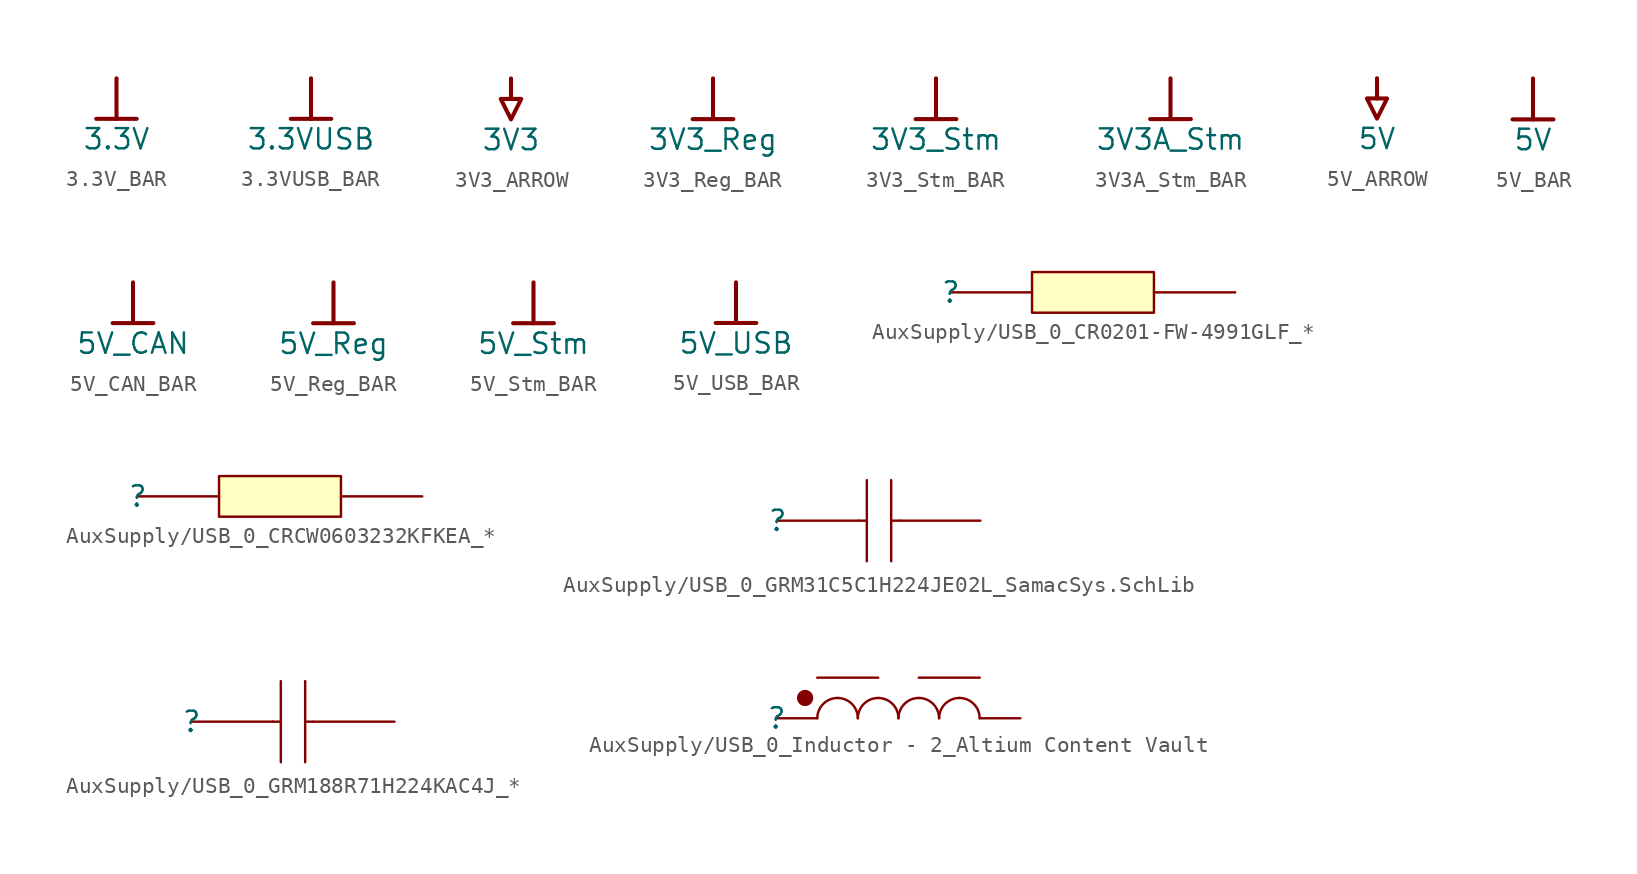
<source format=kicad_sym>
(kicad_symbol_lib
  (version 20241209)
  (generator "kicad_symbol_editor")
  (generator_version "9.0")
  (symbol "3.3V_BAR"
    (power)
    (property "Reference" "#PWR"
      (at 0 0 0)
      (effects (font (size 1.27 1.27)) (hide yes)))
    (property "Value" "3.3V"
      (at 0 -3.81 0)
      (effects (font (size 1.27 1.27))))
    (symbol "3.3V_BAR_0_0"
      (polyline (pts (xy -1.27 -2.54) (xy 1.27 -2.54)) (stroke (width 0.254) (type solid)) (fill (type none)))
      (polyline (pts (xy 0 0) (xy 0 -2.54)) (stroke (width 0.254) (type solid)) (fill (type none)))
      (pin power_in line (at 0 0 0) (length 0) (hide yes) (name "3.3V" (effects (font (size 1.27 1.27)))) (number "" (effects (font (size 1.27 1.27)))))))
  (symbol "3.3VUSB_BAR"
    (power)
    (property "Reference" "#PWR"
      (at 0 0 0)
      (effects (font (size 1.27 1.27)) (hide yes)))
    (property "Value" "3.3VUSB"
      (at 0 -3.81 0)
      (effects (font (size 1.27 1.27))))
    (symbol "3.3VUSB_BAR_0_0"
      (polyline (pts (xy -1.27 -2.54) (xy 1.27 -2.54)) (stroke (width 0.254) (type solid)) (fill (type none)))
      (polyline (pts (xy 0 0) (xy 0 -2.54)) (stroke (width 0.254) (type solid)) (fill (type none)))
      (pin power_in line (at 0 0 0) (length 0) (hide yes) (name "3.3VUSB" (effects (font (size 1.27 1.27)))) (number "" (effects (font (size 1.27 1.27)))))))
  (symbol "3V3_ARROW"
    (power)
    (property "Reference" "#PWR"
      (at 0 0 0)
      (effects (font (size 1.27 1.27)) (hide yes)))
    (property "Value" "3V3"
      (at 0 -3.81 0)
      (effects (font (size 1.27 1.27))))
    (symbol "3V3_ARROW_0_0"
      (polyline (pts (xy -0.635 -1.27) (xy 0.635 -1.27) (xy 0 -2.54) (xy -0.635 -1.27)) (stroke (width 0.254) (type solid)) (fill (type none)))
      (polyline (pts (xy 0 0) (xy 0 -1.27)) (stroke (width 0.254) (type solid)) (fill (type none)))
      (pin power_in line (at 0 0 0) (length 0) (hide yes) (name "3V3" (effects (font (size 1.27 1.27)))) (number "" (effects (font (size 1.27 1.27)))))))
  (symbol "3V3_Reg_BAR"
    (power)
    (property "Reference" "#PWR"
      (at 0 0 0)
      (effects (font (size 1.27 1.27)) (hide yes)))
    (property "Value" "3V3_Reg"
      (at 0 -3.81 0)
      (effects (font (size 1.27 1.27))))
    (symbol "3V3_Reg_BAR_0_0"
      (polyline (pts (xy -1.27 -2.54) (xy 1.27 -2.54)) (stroke (width 0.254) (type solid)) (fill (type none)))
      (polyline (pts (xy 0 0) (xy 0 -2.54)) (stroke (width 0.254) (type solid)) (fill (type none)))
      (pin power_in line (at 0 0 0) (length 0) (hide yes) (name "3V3_Reg" (effects (font (size 1.27 1.27)))) (number "" (effects (font (size 1.27 1.27)))))))
  (symbol "3V3_Stm_BAR"
    (power)
    (property "Reference" "#PWR"
      (at 0 0 0)
      (effects (font (size 1.27 1.27)) (hide yes)))
    (property "Value" "3V3_Stm"
      (at 0 -3.81 0)
      (effects (font (size 1.27 1.27))))
    (symbol "3V3_Stm_BAR_0_0"
      (polyline (pts (xy -1.27 -2.54) (xy 1.27 -2.54)) (stroke (width 0.254) (type solid)) (fill (type none)))
      (polyline (pts (xy 0 0) (xy 0 -2.54)) (stroke (width 0.254) (type solid)) (fill (type none)))
      (pin power_in line (at 0 0 0) (length 0) (hide yes) (name "3V3_Stm" (effects (font (size 1.27 1.27)))) (number "" (effects (font (size 1.27 1.27)))))))
  (symbol "3V3A_Stm_BAR"
    (power)
    (property "Reference" "#PWR"
      (at 0 0 0)
      (effects (font (size 1.27 1.27)) (hide yes)))
    (property "Value" "3V3A_Stm"
      (at 0 -3.81 0)
      (effects (font (size 1.27 1.27))))
    (symbol "3V3A_Stm_BAR_0_0"
      (polyline (pts (xy -1.27 -2.54) (xy 1.27 -2.54)) (stroke (width 0.254) (type solid)) (fill (type none)))
      (polyline (pts (xy 0 0) (xy 0 -2.54)) (stroke (width 0.254) (type solid)) (fill (type none)))
      (pin power_in line (at 0 0 0) (length 0) (hide yes) (name "3V3A_Stm" (effects (font (size 1.27 1.27)))) (number "" (effects (font (size 1.27 1.27)))))))
  (symbol "5V_ARROW"
    (power)
    (property "Reference" "#PWR"
      (at 0 0 0)
      (effects (font (size 1.27 1.27)) (hide yes)))
    (property "Value" "5V"
      (at 0 -3.81 0)
      (effects (font (size 1.27 1.27))))
    (symbol "5V_ARROW_0_0"
      (polyline (pts (xy -0.635 -1.27) (xy 0.635 -1.27) (xy 0 -2.54) (xy -0.635 -1.27)) (stroke (width 0.254) (type solid)) (fill (type none)))
      (polyline (pts (xy 0 0) (xy 0 -1.27)) (stroke (width 0.254) (type solid)) (fill (type none)))
      (pin power_in line (at 0 0 0) (length 0) (hide yes) (name "5V" (effects (font (size 1.27 1.27)))) (number "" (effects (font (size 1.27 1.27)))))))
  (symbol "5V_BAR"
    (power)
    (property "Reference" "#PWR"
      (at 0 0 0)
      (effects (font (size 1.27 1.27)) (hide yes)))
    (property "Value" "5V"
      (at 0 -3.81 0)
      (effects (font (size 1.27 1.27))))
    (symbol "5V_BAR_0_0"
      (polyline (pts (xy -1.27 -2.54) (xy 1.27 -2.54)) (stroke (width 0.254) (type solid)) (fill (type none)))
      (polyline (pts (xy 0 0) (xy 0 -2.54)) (stroke (width 0.254) (type solid)) (fill (type none)))
      (pin power_in line (at 0 0 0) (length 0) (hide yes) (name "5V" (effects (font (size 1.27 1.27)))) (number "" (effects (font (size 1.27 1.27)))))))
  (symbol "5V_CAN_BAR"
    (power)
    (property "Reference" "#PWR"
      (at 0 0 0)
      (effects (font (size 1.27 1.27)) (hide yes)))
    (property "Value" "5V_CAN"
      (at 0 -3.81 0)
      (effects (font (size 1.27 1.27))))
    (symbol "5V_CAN_BAR_0_0"
      (polyline (pts (xy -1.27 -2.54) (xy 1.27 -2.54)) (stroke (width 0.254) (type solid)) (fill (type none)))
      (polyline (pts (xy 0 0) (xy 0 -2.54)) (stroke (width 0.254) (type solid)) (fill (type none)))
      (pin power_in line (at 0 0 0) (length 0) (hide yes) (name "5V_CAN" (effects (font (size 1.27 1.27)))) (number "" (effects (font (size 1.27 1.27)))))))
  (symbol "5V_Reg_BAR"
    (power)
    (property "Reference" "#PWR"
      (at 0 0 0)
      (effects (font (size 1.27 1.27)) (hide yes)))
    (property "Value" "5V_Reg"
      (at 0 -3.81 0)
      (effects (font (size 1.27 1.27))))
    (symbol "5V_Reg_BAR_0_0"
      (polyline (pts (xy -1.27 -2.54) (xy 1.27 -2.54)) (stroke (width 0.254) (type solid)) (fill (type none)))
      (polyline (pts (xy 0 0) (xy 0 -2.54)) (stroke (width 0.254) (type solid)) (fill (type none)))
      (pin power_in line (at 0 0 0) (length 0) (hide yes) (name "5V_Reg" (effects (font (size 1.27 1.27)))) (number "" (effects (font (size 1.27 1.27)))))))
  (symbol "5V_Stm_BAR"
    (power)
    (property "Reference" "#PWR"
      (at 0 0 0)
      (effects (font (size 1.27 1.27)) (hide yes)))
    (property "Value" "5V_Stm"
      (at 0 -3.81 0)
      (effects (font (size 1.27 1.27))))
    (symbol "5V_Stm_BAR_0_0"
      (polyline (pts (xy -1.27 -2.54) (xy 1.27 -2.54)) (stroke (width 0.254) (type solid)) (fill (type none)))
      (polyline (pts (xy 0 0) (xy 0 -2.54)) (stroke (width 0.254) (type solid)) (fill (type none)))
      (pin power_in line (at 0 0 0) (length 0) (hide yes) (name "5V_Stm" (effects (font (size 1.27 1.27)))) (number "" (effects (font (size 1.27 1.27)))))))
  (symbol "5V_USB_BAR"
    (power)
    (property "Reference" "#PWR"
      (at 0 0 0)
      (effects (font (size 1.27 1.27)) (hide yes)))
    (property "Value" "5V_USB"
      (at 0 -3.81 0)
      (effects (font (size 1.27 1.27))))
    (symbol "5V_USB_BAR_0_0"
      (polyline (pts (xy -1.27 -2.54) (xy 1.27 -2.54)) (stroke (width 0.254) (type solid)) (fill (type none)))
      (polyline (pts (xy 0 0) (xy 0 -2.54)) (stroke (width 0.254) (type solid)) (fill (type none)))
      (pin power_in line (at 0 0 0) (length 0) (hide yes) (name "5V_USB" (effects (font (size 1.27 1.27)))) (number "" (effects (font (size 1.27 1.27)))))))
  (symbol "AuxSupply/USB_0_CR0201-FW-4991GLF_*"
    (pin_numbers
      (hide yes))
    (pin_names
      (hide yes))
    (property "Reference" ""
      (at 0 0 0)
      (effects (font (size 1.27 1.27))))
    (property "Value" ""
      (at 0 0 0)
      (effects (font (size 1.27 1.27))))
    (symbol "AuxSupply/USB_0_CR0201-FW-4991GLF_*_1_0"
      (rectangle (start 12.7 1.27) (end 5.08 -1.27) (stroke (width 0) (type solid) (color 128 0 0 1)) (fill (type background)))
      (pin passive line (at 0 0 0) (length 5.08) (name "1" (effects (font (size 1.27 1.27)))) (number "1" (effects (font (size 1.27 1.27)))))
      (pin passive line (at 17.78 0 180) (length 5.08) (name "2" (effects (font (size 1.27 1.27)))) (number "2" (effects (font (size 1.27 1.27)))))))
  (symbol "AuxSupply/USB_0_CRCW0603232KFKEA_*"
    (pin_numbers
      (hide yes))
    (pin_names
      (hide yes))
    (property "Reference" ""
      (at 0 0 0)
      (effects (font (size 1.27 1.27))))
    (property "Value" ""
      (at 0 0 0)
      (effects (font (size 1.27 1.27))))
    (symbol "AuxSupply/USB_0_CRCW0603232KFKEA_*_1_0"
      (rectangle (start 12.7 1.27) (end 5.08 -1.27) (stroke (width 0) (type solid) (color 128 0 0 1)) (fill (type background)))
      (pin passive line (at 0 0 0) (length 5.08) (name "1" (effects (font (size 1.27 1.27)))) (number "1" (effects (font (size 1.27 1.27)))))
      (pin passive line (at 17.78 0 180) (length 5.08) (name "2" (effects (font (size 1.27 1.27)))) (number "2" (effects (font (size 1.27 1.27)))))))
  (symbol "AuxSupply/USB_0_GRM31C5C1H224JE02L_SamacSys.SchLib"
    (pin_numbers
      (hide yes))
    (pin_names
      (hide yes))
    (property "Reference" ""
      (at 0 0 0)
      (effects (font (size 1.27 1.27))))
    (property "Value" ""
      (at 0 0 0)
      (effects (font (size 1.27 1.27))))
    (symbol "AuxSupply/USB_0_GRM31C5C1H224JE02L_SamacSys.SchLib_1_0"
      (polyline (pts (xy 5.08 0) (xy 5.588 0)) (stroke (width 0) (type solid)) (fill (type none)))
      (polyline (pts (xy 5.588 2.54) (xy 5.588 -2.54)) (stroke (width 0) (type solid)) (fill (type none)))
      (polyline (pts (xy 7.112 2.54) (xy 7.112 -2.54)) (stroke (width 0) (type solid)) (fill (type none)))
      (polyline (pts (xy 7.112 0) (xy 7.62 0)) (stroke (width 0) (type solid)) (fill (type none)))
      (pin passive line (at 0 0 0) (length 5.08) (name "1" (effects (font (size 1.27 1.27)))) (number "1" (effects (font (size 1.27 1.27)))))
      (pin passive line (at 12.7 0 180) (length 5.08) (name "2" (effects (font (size 1.27 1.27)))) (number "2" (effects (font (size 1.27 1.27)))))))
  (symbol "AuxSupply/USB_0_GRM188R71H224KAC4J_*"
    (pin_numbers
      (hide yes))
    (pin_names
      (hide yes))
    (property "Reference" ""
      (at 0 0 0)
      (effects (font (size 1.27 1.27))))
    (property "Value" ""
      (at 0 0 0)
      (effects (font (size 1.27 1.27))))
    (symbol "AuxSupply/USB_0_GRM188R71H224KAC4J_*_1_0"
      (polyline (pts (xy 5.08 0) (xy 5.588 0)) (stroke (width 0) (type solid)) (fill (type none)))
      (polyline (pts (xy 5.588 2.54) (xy 5.588 -2.54)) (stroke (width 0) (type solid)) (fill (type none)))
      (polyline (pts (xy 7.112 2.54) (xy 7.112 -2.54)) (stroke (width 0) (type solid)) (fill (type none)))
      (polyline (pts (xy 7.112 0) (xy 7.62 0)) (stroke (width 0) (type solid)) (fill (type none)))
      (pin passive line (at 0 0 0) (length 5.08) (name "1" (effects (font (size 1.27 1.27)))) (number "1" (effects (font (size 1.27 1.27)))))
      (pin passive line (at 12.7 0 180) (length 5.08) (name "2" (effects (font (size 1.27 1.27)))) (number "2" (effects (font (size 1.27 1.27)))))))
  (symbol "AuxSupply/USB_0_Inductor - 2_Altium Content Vault"
    (pin_numbers
      (hide yes))
    (pin_names
      (hide yes))
    (property "Reference" ""
      (at 0 0 0)
      (effects (font (size 1.27 1.27))))
    (property "Value" ""
      (at 0 0 0)
      (effects (font (size 1.27 1.27))))
    (symbol "AuxSupply/USB_0_Inductor - 2_Altium Content Vault_1_0"
      (circle (center 1.778 1.27) (radius 0.508) (stroke (width -0.0001) (type solid)) (fill (type outline)))
      (polyline (pts (xy 2.54 2.54) (xy 6.35 2.54)) (stroke (width 0) (type solid)) (fill (type none)))
      (arc (start 2.54 0) (mid 2.912 0.898) (end 3.81 1.27) (stroke (width 0) (type solid)) (fill (type none)))
      (arc (start 3.81 1.27) (mid 4.708 0.898) (end 5.08 0) (stroke (width 0) (type solid)) (fill (type none)))
      (arc (start 5.08 0) (mid 5.452 0.898) (end 6.35 1.27) (stroke (width 0) (type solid)) (fill (type none)))
      (arc (start 6.35 1.27) (mid 7.248 0.898) (end 7.62 0) (stroke (width 0) (type solid)) (fill (type none)))
      (arc (start 7.62 0) (mid 7.992 0.898) (end 8.89 1.27) (stroke (width 0) (type solid)) (fill (type none)))
      (arc (start 8.89 1.27) (mid 9.788 0.898) (end 10.16 0) (stroke (width 0) (type solid)) (fill (type none)))
      (arc (start 10.16 0) (mid 10.532 0.898) (end 11.43 1.27) (stroke (width 0) (type solid)) (fill (type none)))
      (arc (start 11.43 1.27) (mid 12.328 0.898) (end 12.7 0) (stroke (width 0) (type solid)) (fill (type none)))
      (polyline (pts (xy 12.7 2.54) (xy 8.89 2.54)) (stroke (width 0) (type solid)) (fill (type none)))
      (pin passive line (at 0 0 0) (length 2.54) (name "1" (effects (font (size 1.27 1.27)))) (number "1" (effects (font (size 1.27 1.27)))))
      (pin passive line (at 15.24 0 180) (length 2.54) (name "2" (effects (font (size 1.27 1.27)))) (number "2" (effects (font (size 1.27 1.27))))))))
</source>
